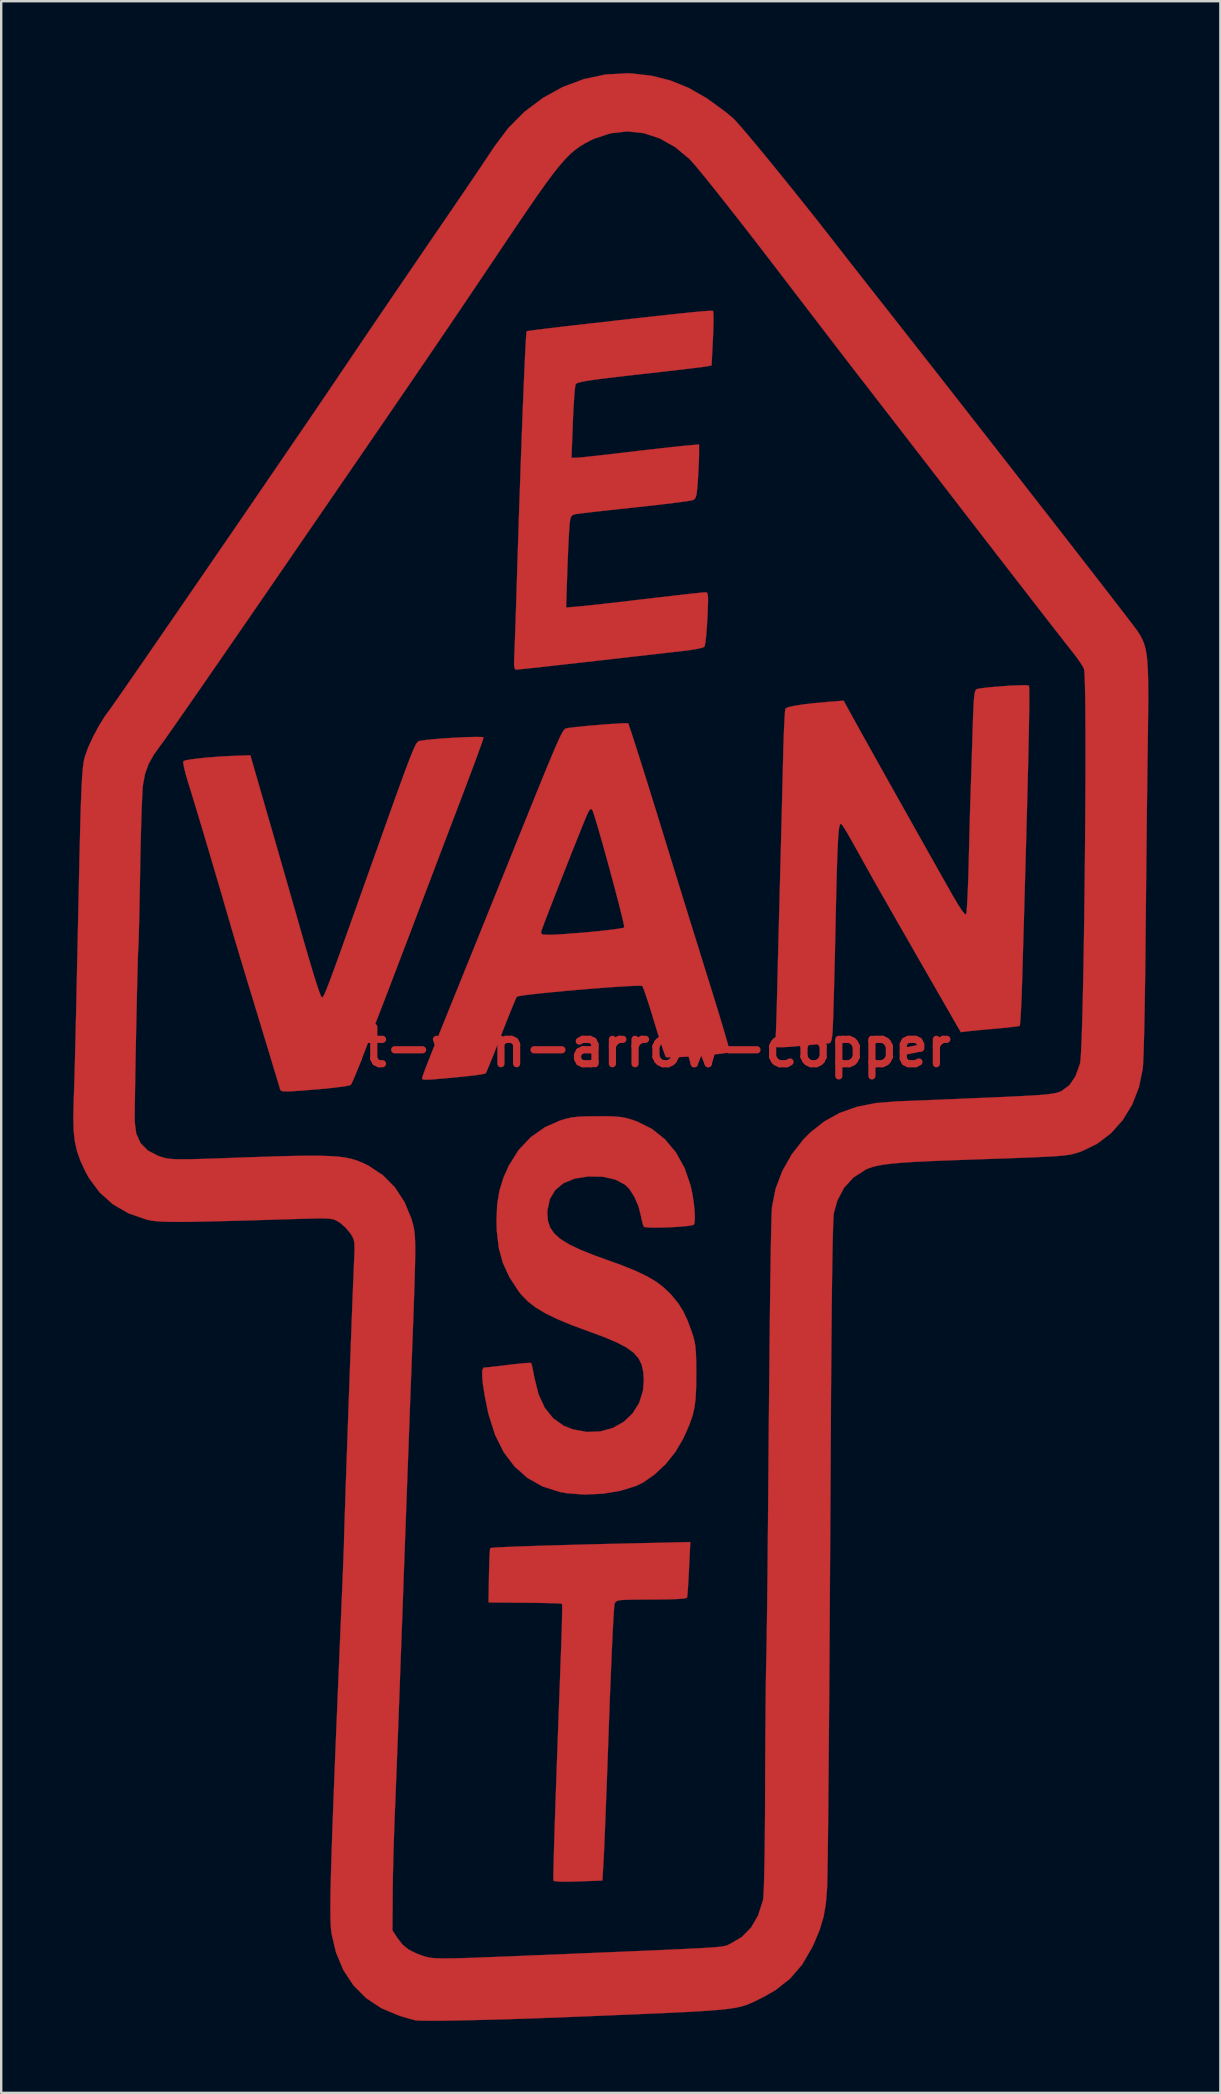
<source format=kicad_pcb>
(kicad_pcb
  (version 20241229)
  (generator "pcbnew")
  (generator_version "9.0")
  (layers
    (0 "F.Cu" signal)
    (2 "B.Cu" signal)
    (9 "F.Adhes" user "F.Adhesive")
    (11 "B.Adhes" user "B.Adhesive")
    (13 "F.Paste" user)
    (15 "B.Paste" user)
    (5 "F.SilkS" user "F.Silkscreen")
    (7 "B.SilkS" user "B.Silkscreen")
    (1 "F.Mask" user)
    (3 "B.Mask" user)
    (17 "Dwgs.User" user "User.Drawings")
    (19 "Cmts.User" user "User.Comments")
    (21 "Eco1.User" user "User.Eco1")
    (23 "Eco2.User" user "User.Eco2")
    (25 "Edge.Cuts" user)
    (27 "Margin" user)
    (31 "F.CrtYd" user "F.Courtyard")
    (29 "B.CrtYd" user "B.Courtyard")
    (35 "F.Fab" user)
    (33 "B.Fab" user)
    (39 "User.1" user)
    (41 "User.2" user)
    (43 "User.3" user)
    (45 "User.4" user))
  (footprint "east-van-arrow-copper"
    (layer "F.Cu")
    (at 22.395 40.583)
    (property "Reference" "east-van-arrow-copper" (at 0 0 0) (layer "F.Cu") (effects (font (size 1.524 1.524) (thickness 0.3))))
    (attr through_hole)
    (fp_poly (pts (xy 3.263 21.763) (xy 3.242 22.164) (xy 3.221 22.507) (xy 3.203 22.765) (xy 3.188 22.91) (xy 3.184 22.931) (xy 3.128 22.958) (xy 3.007 22.979) (xy 2.804 22.994) (xy 2.499 23.005) (xy 2.076 23.012) (xy 1.552 23.015) (xy 1.072 23.018) (xy 0.724 23.023) (xy 0.484 23.034) (xy 0.33 23.053) (xy 0.241 23.084) (xy 0.193 23.128) (xy 0.164 23.189) (xy 0.162 23.194) (xy 0.148 23.299) (xy 0.13 23.545) (xy 0.108 23.916) (xy 0.082 24.4) (xy 0.055 24.984) (xy 0.025 25.653) (xy -0.005 26.394) (xy -0.037 27.194) (xy -0.068 28.038) (xy -0.074 28.201) (xy -0.105 29.076) (xy -0.136 29.928) (xy -0.166 30.74) (xy -0.195 31.496) (xy -0.222 32.18) (xy -0.245 32.776) (xy -0.266 33.267) (xy -0.283 33.638) (xy -0.295 33.872) (xy -0.295 33.879) (xy -0.345 34.724) (xy -1.362 34.762) (xy -1.817 34.773) (xy -2.145 34.769) (xy -2.336 34.75) (xy -2.385 34.724) (xy -2.387 34.577) (xy -2.383 34.282) (xy -2.372 33.841) (xy -2.356 33.258) (xy -2.333 32.538) (xy -2.305 31.684) (xy -2.271 30.7) (xy -2.232 29.591) (xy -2.187 28.36) (xy -2.137 27.011) (xy -2.082 25.549) (xy -2.071 25.254) (xy -2.052 24.712) (xy -2.036 24.223) (xy -2.026 23.806) (xy -2.021 23.482) (xy -2.021 23.271) (xy -2.027 23.194) (xy -2.11 23.183) (xy -2.324 23.173) (xy -2.642 23.163) (xy -3.043 23.155) (xy -3.503 23.149) (xy -3.574 23.148) (xy -5.088 23.136) (xy -5.071 22.025) (xy -5.062 21.627) (xy -5.051 21.288) (xy -5.037 21.034) (xy -5.022 20.893) (xy -5.016 20.875) (xy -4.926 20.86) (xy -4.687 20.843) (xy -4.302 20.824) (xy -3.775 20.804) (xy -3.111 20.781) (xy -2.312 20.757) (xy -1.384 20.731) (xy -0.329 20.704) (xy 0.848 20.676) (xy 0.873 20.676) (xy 3.319 20.619) (xy 3.263 21.763)) (stroke (width 0.01) (type solid)) (fill yes) (layer "F.Cu"))
    (fp_poly (pts (xy -5.382 -12.923) (xy -5.297 -12.908) (xy -5.296 -12.906) (xy -5.324 -12.805) (xy -5.407 -12.565) (xy -5.543 -12.19) (xy -5.732 -11.681) (xy -5.971 -11.044) (xy -6.259 -10.282) (xy -6.522 -9.592) (xy -6.711 -9.096) (xy -6.942 -8.49) (xy -7.2 -7.81) (xy -7.474 -7.089) (xy -7.75 -6.362) (xy -8.015 -5.664) (xy -8.096 -5.448) (xy -8.343 -4.797) (xy -8.596 -4.134) (xy -8.842 -3.486) (xy -9.073 -2.883) (xy -9.275 -2.353) (xy -9.44 -1.925) (xy -9.502 -1.765) (xy -9.698 -1.256) (xy -9.915 -0.693) (xy -10.13 -0.136) (xy -10.318 0.354) (xy -10.359 0.46) (xy -10.506 0.836) (xy -10.639 1.161) (xy -10.746 1.409) (xy -10.816 1.552) (xy -10.83 1.573) (xy -10.927 1.603) (xy -11.151 1.641) (xy -11.477 1.683) (xy -11.88 1.726) (xy -12.32 1.765) (xy -12.822 1.805) (xy -13.192 1.831) (xy -13.45 1.843) (xy -13.617 1.84) (xy -13.713 1.823) (xy -13.758 1.791) (xy -13.77 1.766) (xy -13.804 1.65) (xy -13.876 1.409) (xy -13.981 1.061) (xy -14.112 0.627) (xy -14.263 0.127) (xy -14.429 -0.417) (xy -14.601 -0.987) (xy -14.776 -1.561) (xy -14.945 -2.12) (xy -15.105 -2.642) (xy -15.235 -3.069) (xy -15.402 -3.622) (xy -15.587 -4.24) (xy -15.772 -4.862) (xy -15.937 -5.426) (xy -15.999 -5.64) (xy -16.185 -6.281) (xy -16.39 -6.979) (xy -16.605 -7.709) (xy -16.822 -8.442) (xy -17.033 -9.151) (xy -17.231 -9.809) (xy -17.406 -10.388) (xy -17.551 -10.86) (xy -17.61 -11.05) (xy -17.708 -11.381) (xy -17.777 -11.657) (xy -17.811 -11.848) (xy -17.806 -11.917) (xy -17.704 -11.953) (xy -17.476 -11.993) (xy -17.152 -12.033) (xy -16.759 -12.072) (xy -16.325 -12.105) (xy -15.88 -12.131) (xy -15.66 -12.14) (xy -15.014 -12.163) (xy -14.106 -9.017) (xy -13.905 -8.319) (xy -13.71 -7.641) (xy -13.527 -7.004) (xy -13.361 -6.427) (xy -13.218 -5.929) (xy -13.104 -5.532) (xy -13.025 -5.254) (xy -13.004 -5.18) (xy -12.782 -4.4) (xy -12.583 -3.718) (xy -12.411 -3.143) (xy -12.267 -2.682) (xy -12.154 -2.344) (xy -12.076 -2.138) (xy -12.036 -2.072) (xy -12.013 -2.078) (xy -11.988 -2.103) (xy -11.954 -2.157) (xy -11.909 -2.25) (xy -11.848 -2.393) (xy -11.768 -2.597) (xy -11.664 -2.87) (xy -11.533 -3.225) (xy -11.371 -3.671) (xy -11.174 -4.218) (xy -10.939 -4.877) (xy -10.66 -5.658) (xy -10.335 -6.572) (xy -10.27 -6.753) (xy -9.89 -7.821) (xy -9.558 -8.753) (xy -9.271 -9.559) (xy -9.024 -10.249) (xy -8.814 -10.831) (xy -8.638 -11.314) (xy -8.492 -11.708) (xy -8.372 -12.023) (xy -8.275 -12.266) (xy -8.197 -12.448) (xy -8.135 -12.578) (xy -8.084 -12.665) (xy -8.042 -12.718) (xy -8.004 -12.746) (xy -7.968 -12.759) (xy -7.929 -12.766) (xy -7.915 -12.768) (xy -7.693 -12.8) (xy -7.386 -12.831) (xy -7.022 -12.861) (xy -6.63 -12.887) (xy -6.241 -12.907) (xy -5.883 -12.921) (xy -5.587 -12.927) (xy -5.382 -12.923)) (stroke (width 0.01) (type solid)) (fill yes) (layer "F.Cu"))
    (fp_poly (pts (xy -0.103 2.88) (xy 0.22 2.892) (xy 0.471 2.918) (xy 0.691 2.964) (xy 0.923 3.035) (xy 1.103 3.1) (xy 1.721 3.407) (xy 2.264 3.841) (xy 2.721 4.389) (xy 3.08 5.037) (xy 3.329 5.76) (xy 3.402 6.099) (xy 3.458 6.457) (xy 3.495 6.801) (xy 3.509 7.096) (xy 3.498 7.308) (xy 3.462 7.4) (xy 3.341 7.432) (xy 3.11 7.461) (xy 2.805 7.486) (xy 2.46 7.505) (xy 2.112 7.516) (xy 1.797 7.519) (xy 1.549 7.512) (xy 1.405 7.493) (xy 1.384 7.483) (xy 1.335 7.364) (xy 1.285 7.156) (xy 1.268 7.06) (xy 1.163 6.64) (xy 0.992 6.242) (xy 0.781 5.911) (xy 0.604 5.734) (xy 0.196 5.516) (xy -0.319 5.399) (xy -0.928 5.387) (xy -0.943 5.388) (xy -1.512 5.479) (xy -1.97 5.67) (xy -2.313 5.956) (xy -2.536 6.333) (xy -2.635 6.799) (xy -2.64 6.913) (xy -2.616 7.229) (xy -2.526 7.507) (xy -2.357 7.758) (xy -2.098 7.991) (xy -1.733 8.218) (xy -1.252 8.447) (xy -0.641 8.69) (xy -0.188 8.852) (xy 0.499 9.101) (xy 1.058 9.329) (xy 1.513 9.547) (xy 1.886 9.767) (xy 2.198 10.002) (xy 2.474 10.265) (xy 2.538 10.334) (xy 2.806 10.66) (xy 3.019 10.996) (xy 3.204 11.391) (xy 3.349 11.779) (xy 3.431 12.023) (xy 3.489 12.235) (xy 3.527 12.45) (xy 3.55 12.703) (xy 3.562 13.028) (xy 3.566 13.461) (xy 3.566 13.621) (xy 3.561 14.183) (xy 3.54 14.633) (xy 3.493 15.009) (xy 3.413 15.352) (xy 3.291 15.703) (xy 3.119 16.1) (xy 3.013 16.327) (xy 2.699 16.863) (xy 2.296 17.366) (xy 1.834 17.802) (xy 1.348 18.141) (xy 1.052 18.285) (xy 0.396 18.487) (xy -0.339 18.607) (xy -1.099 18.641) (xy -1.829 18.585) (xy -2.119 18.533) (xy -2.836 18.304) (xy -3.466 17.95) (xy -4.007 17.471) (xy -4.459 16.87) (xy -4.818 16.149) (xy -5.085 15.309) (xy -5.129 15.117) (xy -5.242 14.554) (xy -5.317 14.084) (xy -5.353 13.72) (xy -5.35 13.474) (xy -5.306 13.359) (xy -5.283 13.352) (xy -5.167 13.343) (xy -4.934 13.319) (xy -4.616 13.282) (xy -4.261 13.239) (xy -3.904 13.198) (xy -3.607 13.169) (xy -3.399 13.156) (xy -3.313 13.16) (xy -3.313 13.16) (xy -3.284 13.247) (xy -3.24 13.446) (xy -3.188 13.719) (xy -3.175 13.791) (xy -3.003 14.474) (xy -2.743 15.031) (xy -2.396 15.464) (xy -1.959 15.774) (xy -1.585 15.924) (xy -0.992 16.033) (xy -0.428 16.01) (xy 0.088 15.867) (xy 0.54 15.614) (xy 0.912 15.264) (xy 1.186 14.827) (xy 1.346 14.315) (xy 1.381 13.914) (xy 1.362 13.544) (xy 1.294 13.233) (xy 1.164 12.966) (xy 0.955 12.73) (xy 0.655 12.512) (xy 0.247 12.298) (xy -0.282 12.076) (xy -0.876 11.856) (xy -1.617 11.582) (xy -2.227 11.329) (xy -2.722 11.087) (xy -3.122 10.847) (xy -3.446 10.597) (xy -3.71 10.328) (xy -3.834 10.172) (xy -4.22 9.58) (xy -4.492 8.988) (xy -4.664 8.357) (xy -4.745 7.65) (xy -4.757 7.224) (xy -4.729 6.557) (xy -4.634 5.975) (xy -4.461 5.423) (xy -4.245 4.941) (xy -3.842 4.294) (xy -3.335 3.755) (xy -2.734 3.333) (xy -2.104 3.056) (xy -1.853 2.979) (xy -1.612 2.928) (xy -1.341 2.897) (xy -0.998 2.882) (xy -0.544 2.878) (xy -0.537 2.878) (xy -0.103 2.88)) (stroke (width 0.01) (type solid)) (fill yes) (layer "F.Cu"))
    (fp_poly (pts (xy 4.237 -30.682) (xy 4.266 -30.675) (xy 4.28 -30.584) (xy 4.285 -30.369) (xy 4.281 -30.058) (xy 4.268 -29.679) (xy 4.261 -29.516) (xy 4.205 -28.408) (xy 4.002 -28.366) (xy 3.879 -28.348) (xy 3.623 -28.316) (xy 3.253 -28.271) (xy 2.788 -28.216) (xy 2.249 -28.154) (xy 1.654 -28.086) (xy 1.203 -28.036) (xy 0.475 -27.953) (xy -0.114 -27.884) (xy -0.576 -27.825) (xy -0.926 -27.774) (xy -1.176 -27.73) (xy -1.339 -27.69) (xy -1.43 -27.653) (xy -1.457 -27.627) (xy -1.48 -27.516) (xy -1.505 -27.277) (xy -1.53 -26.937) (xy -1.555 -26.522) (xy -1.576 -26.057) (xy -1.576 -26.032) (xy -1.632 -24.556) (xy -1.449 -24.557) (xy -1.324 -24.566) (xy -1.07 -24.591) (xy -0.71 -24.63) (xy -0.267 -24.679) (xy 0.235 -24.737) (xy 0.614 -24.782) (xy 1.174 -24.848) (xy 1.719 -24.911) (xy 2.22 -24.968) (xy 2.645 -25.015) (xy 2.965 -25.048) (xy 3.089 -25.06) (xy 3.683 -25.114) (xy 3.683 -24.739) (xy 3.678 -24.492) (xy 3.663 -24.151) (xy 3.643 -23.773) (xy 3.633 -23.609) (xy 3.606 -23.259) (xy 3.578 -23.033) (xy 3.54 -22.898) (xy 3.483 -22.826) (xy 3.417 -22.792) (xy 3.301 -22.768) (xy 3.053 -22.731) (xy 2.693 -22.684) (xy 2.242 -22.629) (xy 1.722 -22.569) (xy 1.152 -22.507) (xy 0.993 -22.49) (xy 0.411 -22.427) (xy -0.129 -22.368) (xy -0.607 -22.315) (xy -1.001 -22.269) (xy -1.29 -22.234) (xy -1.453 -22.212) (xy -1.472 -22.209) (xy -1.586 -22.173) (xy -1.653 -22.099) (xy -1.692 -21.947) (xy -1.719 -21.693) (xy -1.735 -21.461) (xy -1.754 -21.111) (xy -1.774 -20.677) (xy -1.794 -20.196) (xy -1.809 -19.767) (xy -1.857 -18.317) (xy -1.331 -18.363) (xy -1.049 -18.39) (xy -0.663 -18.431) (xy -0.226 -18.479) (xy 0.215 -18.53) (xy 0.23 -18.532) (xy 1.175 -18.643) (xy 1.972 -18.736) (xy 2.628 -18.812) (xy 3.148 -18.871) (xy 3.537 -18.914) (xy 3.8 -18.941) (xy 3.943 -18.953) (xy 3.965 -18.954) (xy 4.012 -18.938) (xy 4.041 -18.875) (xy 4.056 -18.743) (xy 4.056 -18.518) (xy 4.044 -18.179) (xy 4.029 -17.861) (xy 4.005 -17.462) (xy 3.976 -17.117) (xy 3.945 -16.855) (xy 3.916 -16.705) (xy 3.907 -16.685) (xy 3.808 -16.643) (xy 3.59 -16.594) (xy 3.288 -16.544) (xy 3.014 -16.509) (xy 2.68 -16.471) (xy 2.231 -16.42) (xy 1.708 -16.36) (xy 1.146 -16.297) (xy 0.586 -16.233) (xy 0.499 -16.223) (xy -0.563 -16.102) (xy -1.474 -15.999) (xy -2.239 -15.913) (xy -2.86 -15.844) (xy -3.34 -15.792) (xy -3.681 -15.756) (xy -3.886 -15.736) (xy -3.954 -15.731) (xy -4.005 -15.785) (xy -4.025 -15.956) (xy -4.018 -16.249) (xy -4.008 -16.454) (xy -3.995 -16.789) (xy -3.979 -17.231) (xy -3.961 -17.756) (xy -3.942 -18.341) (xy -3.922 -18.962) (xy -3.913 -19.261) (xy -3.878 -20.394) (xy -3.842 -21.511) (xy -3.806 -22.6) (xy -3.769 -23.652) (xy -3.734 -24.657) (xy -3.699 -25.603) (xy -3.666 -26.48) (xy -3.634 -27.279) (xy -3.604 -27.988) (xy -3.577 -28.597) (xy -3.553 -29.096) (xy -3.532 -29.474) (xy -3.514 -29.721) (xy -3.501 -29.827) (xy -3.5 -29.83) (xy -3.42 -29.845) (xy -3.211 -29.874) (xy -2.893 -29.915) (xy -2.49 -29.964) (xy -2.025 -30.019) (xy -1.834 -30.041) (xy -0.691 -30.171) (xy 0.309 -30.285) (xy 1.173 -30.382) (xy 1.91 -30.464) (xy 2.53 -30.531) (xy 3.039 -30.585) (xy 3.447 -30.626) (xy 3.762 -30.656) (xy 3.994 -30.674) (xy 4.149 -30.683) (xy 4.237 -30.682)) (stroke (width 0.01) (type solid)) (fill yes) (layer "F.Cu"))
    (fp_poly (pts (xy 17.411 -15.071) (xy 17.425 -15.065) (xy 17.435 -15.006) (xy 17.441 -14.851) (xy 17.443 -14.594) (xy 17.441 -14.233) (xy 17.435 -13.762) (xy 17.424 -13.177) (xy 17.41 -12.475) (xy 17.391 -11.652) (xy 17.367 -10.703) (xy 17.339 -9.623) (xy 17.306 -8.41) (xy 17.268 -7.059) (xy 17.226 -5.565) (xy 17.178 -3.925) (xy 17.142 -2.703) (xy 17.126 -2.195) (xy 17.107 -1.741) (xy 17.087 -1.363) (xy 17.068 -1.081) (xy 17.051 -0.918) (xy 17.042 -0.886) (xy 16.951 -0.868) (xy 16.738 -0.842) (xy 16.434 -0.809) (xy 16.07 -0.775) (xy 16.036 -0.772) (xy 15.644 -0.737) (xy 15.287 -0.703) (xy 15.003 -0.675) (xy 14.834 -0.656) (xy 14.589 -0.625) (xy 13.346 -2.787) (xy 12.824 -3.695) (xy 12.373 -4.483) (xy 11.983 -5.162) (xy 11.65 -5.745) (xy 11.365 -6.245) (xy 11.121 -6.673) (xy 10.912 -7.043) (xy 10.731 -7.367) (xy 10.57 -7.656) (xy 10.517 -7.75) (xy 10.239 -8.251) (xy 10.025 -8.633) (xy 9.865 -8.912) (xy 9.749 -9.105) (xy 9.669 -9.226) (xy 9.615 -9.293) (xy 9.614 -9.294) (xy 9.582 -9.309) (xy 9.554 -9.278) (xy 9.529 -9.192) (xy 9.506 -9.041) (xy 9.485 -8.813) (xy 9.466 -8.499) (xy 9.448 -8.088) (xy 9.43 -7.57) (xy 9.412 -6.936) (xy 9.393 -6.174) (xy 9.373 -5.274) (xy 9.361 -4.719) (xy 9.345 -3.959) (xy 9.327 -3.234) (xy 9.31 -2.561) (xy 9.293 -1.956) (xy 9.277 -1.436) (xy 9.263 -1.019) (xy 9.25 -0.721) (xy 9.24 -0.559) (xy 9.24 -0.556) (xy 9.208 -0.321) (xy 9.163 -0.2) (xy 9.08 -0.155) (xy 8.992 -0.148) (xy 8.837 -0.139) (xy 8.567 -0.117) (xy 8.221 -0.085) (xy 7.842 -0.048) (xy 7.478 -0.016) (xy 7.173 0.001) (xy 6.957 0.002) (xy 6.86 -0.013) (xy 6.859 -0.015) (xy 6.85 -0.126) (xy 6.854 -0.134) (xy 6.865 -0.223) (xy 6.878 -0.445) (xy 6.893 -0.78) (xy 6.908 -1.206) (xy 6.923 -1.704) (xy 6.937 -2.253) (xy 6.937 -2.264) (xy 6.952 -2.875) (xy 6.97 -3.6) (xy 6.99 -4.399) (xy 7.012 -5.23) (xy 7.033 -6.055) (xy 7.054 -6.833) (xy 7.06 -7.06) (xy 7.08 -7.818) (xy 7.101 -8.639) (xy 7.123 -9.482) (xy 7.143 -10.305) (xy 7.162 -11.069) (xy 7.178 -11.732) (xy 7.182 -11.903) (xy 7.196 -12.461) (xy 7.213 -12.97) (xy 7.231 -13.41) (xy 7.249 -13.759) (xy 7.266 -13.998) (xy 7.282 -14.106) (xy 7.283 -14.108) (xy 7.39 -14.163) (xy 7.635 -14.221) (xy 8.005 -14.279) (xy 8.484 -14.335) (xy 9.057 -14.387) (xy 9.093 -14.39) (xy 9.707 -14.438) (xy 10.057 -13.799) (xy 10.199 -13.542) (xy 10.406 -13.168) (xy 10.669 -12.697) (xy 10.977 -12.144) (xy 11.321 -11.529) (xy 11.691 -10.868) (xy 12.077 -10.18) (xy 12.469 -9.482) (xy 12.857 -8.792) (xy 13.231 -8.127) (xy 13.581 -7.506) (xy 13.897 -6.945) (xy 14.17 -6.463) (xy 14.217 -6.379) (xy 14.461 -5.962) (xy 14.642 -5.684) (xy 14.759 -5.543) (xy 14.813 -5.535) (xy 14.83 -5.637) (xy 14.849 -5.872) (xy 14.868 -6.217) (xy 14.887 -6.652) (xy 14.905 -7.154) (xy 14.919 -7.674) (xy 14.934 -8.285) (xy 14.95 -8.907) (xy 14.966 -9.505) (xy 14.981 -10.043) (xy 14.995 -10.486) (xy 15.002 -10.705) (xy 15.016 -11.109) (xy 15.033 -11.621) (xy 15.051 -12.195) (xy 15.07 -12.783) (xy 15.086 -13.292) (xy 15.103 -13.832) (xy 15.121 -14.237) (xy 15.139 -14.528) (xy 15.162 -14.722) (xy 15.19 -14.84) (xy 15.226 -14.901) (xy 15.26 -14.92) (xy 15.424 -14.952) (xy 15.686 -14.985) (xy 16.013 -15.016) (xy 16.37 -15.044) (xy 16.723 -15.066) (xy 17.037 -15.079) (xy 17.278 -15.082) (xy 17.411 -15.071)) (stroke (width 0.01) (type solid)) (fill yes) (layer "F.Cu"))
    (fp_poly (pts (xy 0.728 -13.494) (xy 0.761 -13.411) (xy 0.837 -13.19) (xy 0.95 -12.842) (xy 1.099 -12.376) (xy 1.281 -11.803) (xy 1.492 -11.131) (xy 1.729 -10.371) (xy 1.989 -9.532) (xy 2.269 -8.624) (xy 2.444 -8.057) (xy 2.658 -7.36) (xy 2.906 -6.558) (xy 3.175 -5.689) (xy 3.453 -4.796) (xy 3.726 -3.918) (xy 3.982 -3.096) (xy 4.106 -2.7) (xy 4.303 -2.067) (xy 4.483 -1.48) (xy 4.641 -0.956) (xy 4.773 -0.51) (xy 4.874 -0.159) (xy 4.939 0.082) (xy 4.964 0.197) (xy 4.963 0.204) (xy 4.868 0.231) (xy 4.653 0.264) (xy 4.347 0.298) (xy 3.984 0.333) (xy 3.592 0.366) (xy 3.203 0.394) (xy 2.849 0.414) (xy 2.56 0.425) (xy 2.367 0.424) (xy 2.303 0.413) (xy 2.261 0.321) (xy 2.184 0.106) (xy 2.08 -0.208) (xy 1.956 -0.598) (xy 1.821 -1.039) (xy 1.813 -1.067) (xy 1.677 -1.511) (xy 1.552 -1.905) (xy 1.445 -2.225) (xy 1.365 -2.447) (xy 1.32 -2.547) (xy 1.319 -2.549) (xy 1.228 -2.56) (xy 1.006 -2.556) (xy 0.675 -2.541) (xy 0.257 -2.515) (xy -0.226 -2.481) (xy -0.753 -2.44) (xy -1.301 -2.395) (xy -1.849 -2.347) (xy -2.375 -2.297) (xy -2.856 -2.249) (xy -3.273 -2.204) (xy -3.601 -2.163) (xy -3.82 -2.128) (xy -3.908 -2.103) (xy -3.953 -2.014) (xy -4.044 -1.803) (xy -4.172 -1.492) (xy -4.327 -1.105) (xy -4.501 -0.662) (xy -4.564 -0.499) (xy -4.741 -0.043) (xy -4.902 0.364) (xy -5.038 0.7) (xy -5.139 0.944) (xy -5.198 1.074) (xy -5.207 1.089) (xy -5.309 1.12) (xy -5.565 1.16) (xy -5.973 1.208) (xy -6.533 1.264) (xy -7.244 1.328) (xy -7.337 1.337) (xy -7.59 1.352) (xy -7.776 1.351) (xy -7.846 1.337) (xy -7.854 1.323) (xy -7.855 1.296) (xy -7.844 1.245) (xy -7.817 1.158) (xy -7.769 1.025) (xy -7.698 0.836) (xy -7.597 0.578) (xy -7.464 0.241) (xy -7.293 -0.185) (xy -7.081 -0.711) (xy -6.824 -1.349) (xy -6.516 -2.11) (xy -6.221 -2.839) (xy -5.906 -3.618) (xy -5.556 -4.483) (xy -5.454 -4.736) (xy -2.898 -4.736) (xy -2.823 -4.696) (xy -2.641 -4.682) (xy -2.536 -4.681) (xy -2.324 -4.688) (xy -1.996 -4.708) (xy -1.586 -4.738) (xy -1.129 -4.775) (xy -0.819 -4.803) (xy -0.384 -4.847) (xy -0.001 -4.891) (xy 0.302 -4.932) (xy 0.499 -4.966) (xy 0.563 -4.987) (xy 0.556 -5.069) (xy 0.512 -5.278) (xy 0.436 -5.591) (xy 0.336 -5.988) (xy 0.217 -6.448) (xy 0.083 -6.95) (xy -0.058 -7.471) (xy -0.201 -7.992) (xy -0.34 -8.49) (xy -0.47 -8.945) (xy -0.585 -9.336) (xy -0.678 -9.64) (xy -0.745 -9.837) (xy -0.769 -9.893) (xy -0.826 -9.935) (xy -0.903 -9.849) (xy -0.947 -9.768) (xy -1.001 -9.648) (xy -1.101 -9.405) (xy -1.24 -9.063) (xy -1.409 -8.641) (xy -1.6 -8.163) (xy -1.803 -7.648) (xy -2.012 -7.119) (xy -2.216 -6.597) (xy -2.409 -6.103) (xy -2.581 -5.659) (xy -2.724 -5.286) (xy -2.829 -5.007) (xy -2.888 -4.841) (xy -2.896 -4.815) (xy -2.898 -4.736) (xy -5.454 -4.736) (xy -5.189 -5.394) (xy -4.819 -6.309) (xy -4.465 -7.188) (xy -4.141 -7.99) (xy -3.975 -8.403) (xy -3.592 -9.353) (xy -3.262 -10.171) (xy -2.98 -10.866) (xy -2.742 -11.448) (xy -2.544 -11.928) (xy -2.381 -12.316) (xy -2.249 -12.621) (xy -2.144 -12.854) (xy -2.061 -13.024) (xy -1.996 -13.142) (xy -1.945 -13.217) (xy -1.903 -13.259) (xy -1.868 -13.279) (xy -1.749 -13.302) (xy -1.516 -13.331) (xy -1.201 -13.364) (xy -0.834 -13.398) (xy -0.446 -13.431) (xy -0.068 -13.461) (xy 0.268 -13.483) (xy 0.532 -13.497) (xy 0.693 -13.499) (xy 0.728 -13.494)) (stroke (width 0.01) (type solid)) (fill yes) (layer "F.Cu"))
    (fp_poly (pts (xy 0.879 -40.571) (xy 1.713 -40.475) (xy 2.496 -40.277) (xy 3.252 -39.968) (xy 4.004 -39.539) (xy 4.774 -38.978) (xy 5.092 -38.714) (xy 5.212 -38.592) (xy 5.416 -38.363) (xy 5.692 -38.041) (xy 6.028 -37.639) (xy 6.414 -37.173) (xy 6.839 -36.654) (xy 7.29 -36.098) (xy 7.757 -35.517) (xy 8.229 -34.927) (xy 8.694 -34.34) (xy 9.14 -33.77) (xy 9.439 -33.386) (xy 9.571 -33.217) (xy 9.783 -32.945) (xy 10.061 -32.589) (xy 10.392 -32.168) (xy 10.759 -31.699) (xy 11.15 -31.202) (xy 11.375 -30.916) (xy 12.015 -30.102) (xy 12.682 -29.252) (xy 13.37 -28.374) (xy 14.073 -27.476) (xy 14.784 -26.567) (xy 15.496 -25.656) (xy 16.204 -24.75) (xy 16.9 -23.858) (xy 17.578 -22.988) (xy 18.231 -22.15) (xy 18.853 -21.351) (xy 19.437 -20.599) (xy 19.977 -19.904) (xy 20.467 -19.273) (xy 20.898 -18.715) (xy 21.266 -18.238) (xy 21.564 -17.851) (xy 21.784 -17.562) (xy 21.921 -17.38) (xy 21.964 -17.32) (xy 22.071 -17.147) (xy 22.16 -16.977) (xy 22.232 -16.795) (xy 22.29 -16.585) (xy 22.334 -16.334) (xy 22.365 -16.026) (xy 22.386 -15.645) (xy 22.397 -15.178) (xy 22.4 -14.609) (xy 22.395 -13.923) (xy 22.385 -13.105) (xy 22.38 -12.7) (xy 22.37 -11.987) (xy 22.359 -11.148) (xy 22.347 -10.212) (xy 22.336 -9.206) (xy 22.324 -8.157) (xy 22.313 -7.095) (xy 22.303 -6.047) (xy 22.293 -5.04) (xy 22.289 -4.566) (xy 22.28 -3.698) (xy 22.269 -2.86) (xy 22.257 -2.067) (xy 22.244 -1.335) (xy 22.23 -0.678) (xy 22.216 -0.113) (xy 22.201 0.347) (xy 22.186 0.685) (xy 22.172 0.886) (xy 22.171 0.896) (xy 22.01 1.677) (xy 21.729 2.394) (xy 21.34 3.033) (xy 20.853 3.58) (xy 20.28 4.019) (xy 19.634 4.336) (xy 19.415 4.409) (xy 19.301 4.441) (xy 19.183 4.468) (xy 19.047 4.492) (xy 18.88 4.514) (xy 18.666 4.533) (xy 18.393 4.552) (xy 18.045 4.57) (xy 17.61 4.59) (xy 17.074 4.611) (xy 16.421 4.635) (xy 15.639 4.662) (xy 15.002 4.684) (xy 14.107 4.716) (xy 13.351 4.747) (xy 12.72 4.777) (xy 12.199 4.81) (xy 11.775 4.846) (xy 11.433 4.885) (xy 11.159 4.931) (xy 10.938 4.983) (xy 10.756 5.044) (xy 10.627 5.101) (xy 10.119 5.428) (xy 9.724 5.859) (xy 9.444 6.392) (xy 9.3 6.906) (xy 9.286 7.057) (xy 9.272 7.357) (xy 9.259 7.801) (xy 9.246 8.384) (xy 9.233 9.102) (xy 9.221 9.951) (xy 9.21 10.924) (xy 9.2 12.019) (xy 9.19 13.23) (xy 9.181 14.552) (xy 9.176 15.463) (xy 9.163 17.805) (xy 9.15 19.994) (xy 9.138 22.032) (xy 9.126 23.92) (xy 9.115 25.657) (xy 9.104 27.245) (xy 9.093 28.686) (xy 9.082 29.979) (xy 9.072 31.126) (xy 9.063 32.128) (xy 9.053 32.986) (xy 9.044 33.7) (xy 9.035 34.271) (xy 9.027 34.701) (xy 9.019 34.99) (xy 9.016 35.057) (xy 8.966 35.691) (xy 8.87 36.24) (xy 8.713 36.767) (xy 8.479 37.331) (xy 8.388 37.524) (xy 7.976 38.229) (xy 7.47 38.816) (xy 6.858 39.298) (xy 6.355 39.583) (xy 6.168 39.676) (xy 6.004 39.758) (xy 5.85 39.829) (xy 5.697 39.892) (xy 5.534 39.947) (xy 5.349 39.994) (xy 5.132 40.036) (xy 4.873 40.074) (xy 4.561 40.108) (xy 4.184 40.139) (xy 3.733 40.169) (xy 3.196 40.199) (xy 2.563 40.231) (xy 1.823 40.264) (xy 0.966 40.3) (xy -0.02 40.341) (xy -1.146 40.387) (xy -1.535 40.403) (xy -2.442 40.439) (xy -3.33 40.471) (xy -4.186 40.499) (xy -4.995 40.522) (xy -5.742 40.541) (xy -6.415 40.555) (xy -6.998 40.563) (xy -7.478 40.566) (xy -7.84 40.564) (xy -8.07 40.554) (xy -8.134 40.547) (xy -8.306 40.504) (xy -8.565 40.43) (xy -8.825 40.35) (xy -9.56 40.041) (xy -10.193 39.619) (xy -10.721 39.088) (xy -11.14 38.451) (xy -11.447 37.714) (xy -11.627 36.949) (xy -11.644 36.823) (xy -11.658 36.669) (xy -11.669 36.479) (xy -11.675 36.248) (xy -11.678 35.967) (xy -11.677 35.63) (xy -11.672 35.228) (xy -11.662 34.757) (xy -11.647 34.207) (xy -11.628 33.572) (xy -11.603 32.845) (xy -11.573 32.018) (xy -11.538 31.085) (xy -11.497 30.038) (xy -11.45 28.871) (xy -11.396 27.576) (xy -11.337 26.145) (xy -11.27 24.572) (xy -11.231 23.635) (xy -11.203 22.98) (xy -11.178 22.369) (xy -11.155 21.821) (xy -11.137 21.352) (xy -11.123 20.982) (xy -11.113 20.727) (xy -11.11 20.607) (xy -11.11 20.604) (xy -11.108 20.475) (xy -11.101 20.208) (xy -11.089 19.817) (xy -11.072 19.318) (xy -11.053 18.726) (xy -11.03 18.056) (xy -11.004 17.323) (xy -10.977 16.542) (xy -10.948 15.727) (xy -10.918 14.895) (xy -10.888 14.06) (xy -10.858 13.237) (xy -10.829 12.441) (xy -10.8 11.687) (xy -10.774 10.99) (xy -10.75 10.366) (xy -10.729 9.829) (xy -10.711 9.395) (xy -10.698 9.078) (xy -10.696 9.033) (xy -10.678 8.628) (xy -10.672 8.343) (xy -10.681 8.147) (xy -10.71 8.007) (xy -10.762 7.889) (xy -10.841 7.763) (xy -10.845 7.758) (xy -11.037 7.527) (xy -11.268 7.324) (xy -11.322 7.288) (xy -11.421 7.23) (xy -11.517 7.187) (xy -11.635 7.158) (xy -11.797 7.141) (xy -12.025 7.135) (xy -12.342 7.138) (xy -12.771 7.149) (xy -13.227 7.163) (xy -14.297 7.195) (xy -15.226 7.223) (xy -16.024 7.244) (xy -16.703 7.261) (xy -17.274 7.272) (xy -17.75 7.279) (xy -18.14 7.28) (xy -18.458 7.276) (xy -18.715 7.266) (xy -18.921 7.252) (xy -19.088 7.233) (xy -19.228 7.209) (xy -19.338 7.184) (xy -20.091 6.922) (xy -20.743 6.545) (xy -21.293 6.054) (xy -21.74 5.449) (xy -21.89 5.175) (xy -22.087 4.751) (xy -22.229 4.356) (xy -22.322 3.953) (xy -22.374 3.507) (xy -22.39 2.982) (xy -22.388 2.889) (xy -19.832 2.889) (xy -19.832 3.108) (xy -19.768 3.602) (xy -19.587 4) (xy -19.283 4.308) (xy -18.851 4.531) (xy -18.734 4.571) (xy -18.609 4.608) (xy -18.479 4.636) (xy -18.326 4.656) (xy -18.133 4.668) (xy -17.882 4.672) (xy -17.554 4.67) (xy -17.131 4.659) (xy -16.596 4.643) (xy -15.93 4.619) (xy -15.733 4.612) (xy -14.758 4.577) (xy -13.923 4.55) (xy -13.213 4.532) (xy -12.615 4.523) (xy -12.114 4.525) (xy -11.698 4.538) (xy -11.351 4.562) (xy -11.06 4.6) (xy -10.812 4.651) (xy -10.591 4.717) (xy -10.385 4.798) (xy -10.179 4.894) (xy -10.091 4.939) (xy -9.495 5.332) (xy -8.991 5.841) (xy -8.59 6.454) (xy -8.3 7.157) (xy -8.241 7.367) (xy -8.214 7.478) (xy -8.191 7.592) (xy -8.173 7.72) (xy -8.159 7.873) (xy -8.15 8.062) (xy -8.145 8.298) (xy -8.145 8.592) (xy -8.15 8.955) (xy -8.161 9.398) (xy -8.176 9.933) (xy -8.198 10.569) (xy -8.224 11.318) (xy -8.257 12.191) (xy -8.295 13.198) (xy -8.324 13.966) (xy -8.346 14.541) (xy -8.373 15.249) (xy -8.403 16.071) (xy -8.437 16.987) (xy -8.474 17.977) (xy -8.512 19.022) (xy -8.552 20.101) (xy -8.592 21.195) (xy -8.632 22.285) (xy -8.669 23.328) (xy -8.707 24.362) (xy -8.745 25.396) (xy -8.783 26.413) (xy -8.819 27.398) (xy -8.854 28.333) (xy -8.887 29.202) (xy -8.917 29.987) (xy -8.944 30.671) (xy -8.967 31.239) (xy -8.984 31.673) (xy -8.987 31.731) (xy -9.012 32.387) (xy -9.036 33.091) (xy -9.056 33.798) (xy -9.072 34.464) (xy -9.082 35.044) (xy -9.084 35.303) (xy -9.093 36.804) (xy -8.882 37.124) (xy -8.67 37.397) (xy -8.423 37.599) (xy -8.095 37.762) (xy -7.875 37.844) (xy -7.769 37.88) (xy -7.666 37.91) (xy -7.555 37.934) (xy -7.421 37.952) (xy -7.253 37.964) (xy -7.038 37.97) (xy -6.761 37.97) (xy -6.411 37.964) (xy -5.975 37.951) (xy -5.439 37.932) (xy -4.79 37.907) (xy -4.016 37.876) (xy -3.103 37.838) (xy -2.954 37.832) (xy -1.708 37.781) (xy -0.606 37.735) (xy 0.361 37.695) (xy 1.203 37.659) (xy 1.928 37.628) (xy 2.546 37.601) (xy 3.066 37.577) (xy 3.497 37.556) (xy 3.849 37.537) (xy 4.131 37.519) (xy 4.351 37.503) (xy 4.52 37.487) (xy 4.646 37.471) (xy 4.738 37.455) (xy 4.807 37.438) (xy 4.86 37.419) (xy 4.908 37.398) (xy 4.96 37.374) (xy 4.967 37.371) (xy 5.461 37.08) (xy 5.851 36.684) (xy 6.144 36.178) (xy 6.344 35.551) (xy 6.349 35.529) (xy 6.366 35.379) (xy 6.381 35.087) (xy 6.395 34.666) (xy 6.407 34.128) (xy 6.418 33.484) (xy 6.426 32.747) (xy 6.433 31.929) (xy 6.436 31.042) (xy 6.437 30.963) (xy 6.439 30.129) (xy 6.443 29.305) (xy 6.448 28.512) (xy 6.454 27.769) (xy 6.46 27.095) (xy 6.467 26.509) (xy 6.474 26.031) (xy 6.481 25.681) (xy 6.483 25.592) (xy 6.49 25.313) (xy 6.498 24.897) (xy 6.506 24.361) (xy 6.515 23.722) (xy 6.524 22.995) (xy 6.533 22.197) (xy 6.542 21.346) (xy 6.55 20.457) (xy 6.558 19.547) (xy 6.56 19.299) (xy 6.575 17.499) (xy 6.589 15.849) (xy 6.603 14.346) (xy 6.616 12.987) (xy 6.629 11.768) (xy 6.641 10.687) (xy 6.653 9.74) (xy 6.665 8.924) (xy 6.676 8.236) (xy 6.688 7.672) (xy 6.699 7.23) (xy 6.71 6.906) (xy 6.721 6.697) (xy 6.725 6.644) (xy 6.872 5.902) (xy 7.151 5.163) (xy 7.548 4.462) (xy 8.044 3.83) (xy 8.305 3.568) (xy 8.893 3.101) (xy 9.536 2.742) (xy 10.253 2.487) (xy 11.063 2.327) (xy 11.933 2.257) (xy 12.251 2.246) (xy 12.696 2.228) (xy 13.242 2.207) (xy 13.862 2.181) (xy 14.53 2.154) (xy 15.219 2.124) (xy 15.693 2.104) (xy 16.428 2.072) (xy 17.027 2.043) (xy 17.505 2.018) (xy 17.879 1.993) (xy 18.166 1.968) (xy 18.382 1.941) (xy 18.543 1.911) (xy 18.667 1.877) (xy 18.768 1.836) (xy 18.783 1.829) (xy 19.11 1.589) (xy 19.366 1.217) (xy 19.545 0.72) (xy 19.562 0.652) (xy 19.582 0.491) (xy 19.601 0.192) (xy 19.621 -0.232) (xy 19.64 -0.768) (xy 19.658 -1.405) (xy 19.676 -2.128) (xy 19.692 -2.927) (xy 19.708 -3.788) (xy 19.723 -4.698) (xy 19.736 -5.645) (xy 19.748 -6.617) (xy 19.759 -7.601) (xy 19.768 -8.584) (xy 19.775 -9.554) (xy 19.781 -10.498) (xy 19.784 -11.403) (xy 19.785 -12.258) (xy 19.784 -13.049) (xy 19.781 -13.764) (xy 19.776 -14.39) (xy 19.767 -14.915) (xy 19.756 -15.326) (xy 19.742 -15.611) (xy 19.726 -15.757) (xy 19.723 -15.766) (xy 19.639 -15.919) (xy 19.484 -16.149) (xy 19.286 -16.415) (xy 19.199 -16.525) (xy 19.084 -16.669) (xy 18.884 -16.925) (xy 18.605 -17.282) (xy 18.256 -17.73) (xy 17.845 -18.26) (xy 17.379 -18.861) (xy 16.866 -19.524) (xy 16.313 -20.237) (xy 15.73 -20.992) (xy 15.123 -21.777) (xy 14.725 -22.292) (xy 14.11 -23.09) (xy 13.514 -23.861) (xy 12.946 -24.596) (xy 12.414 -25.284) (xy 11.925 -25.917) (xy 11.487 -26.484) (xy 11.107 -26.975) (xy 10.793 -27.381) (xy 10.553 -27.692) (xy 10.393 -27.897) (xy 10.336 -27.971) (xy 10.227 -28.111) (xy 10.034 -28.362) (xy 9.765 -28.711) (xy 9.43 -29.148) (xy 9.037 -29.66) (xy 8.596 -30.236) (xy 8.115 -30.863) (xy 7.603 -31.532) (xy 7.07 -32.229) (xy 6.893 -32.46) (xy 6.35 -33.167) (xy 5.822 -33.85) (xy 5.318 -34.498) (xy 4.847 -35.097) (xy 4.419 -35.638) (xy 4.043 -36.107) (xy 3.729 -36.493) (xy 3.486 -36.784) (xy 3.323 -36.967) (xy 3.292 -37) (xy 2.687 -37.504) (xy 2.045 -37.866) (xy 1.377 -38.085) (xy 0.693 -38.157) (xy 0.004 -38.082) (xy -0.68 -37.857) (xy -0.812 -37.795) (xy -1.048 -37.673) (xy -1.266 -37.543) (xy -1.475 -37.394) (xy -1.684 -37.215) (xy -1.903 -36.993) (xy -2.143 -36.717) (xy -2.412 -36.377) (xy -2.721 -35.96) (xy -3.079 -35.455) (xy -3.495 -34.85) (xy -3.98 -34.135) (xy -4.281 -33.688) (xy -4.734 -33.013) (xy -5.151 -32.393) (xy -5.538 -31.817) (xy -5.903 -31.276) (xy -6.252 -30.759) (xy -6.592 -30.256) (xy -6.93 -29.756) (xy -7.273 -29.251) (xy -7.628 -28.729) (xy -8.002 -28.18) (xy -8.402 -27.595) (xy -8.834 -26.963) (xy -9.306 -26.274) (xy -9.824 -25.518) (xy -10.396 -24.684) (xy -11.028 -23.763) (xy -11.727 -22.745) (xy -12.501 -21.618) (xy -13.224 -20.566) (xy -13.891 -19.594) (xy -14.539 -18.652) (xy -15.161 -17.749) (xy -15.752 -16.891) (xy -16.306 -16.089) (xy -16.817 -15.35) (xy -17.28 -14.682) (xy -17.688 -14.094) (xy -18.035 -13.595) (xy -18.316 -13.193) (xy -18.526 -12.895) (xy -18.657 -12.711) (xy -18.694 -12.662) (xy -19.026 -12.205) (xy -19.255 -11.796) (xy -19.401 -11.389) (xy -19.486 -10.941) (xy -19.489 -10.914) (xy -19.506 -10.701) (xy -19.524 -10.356) (xy -19.543 -9.901) (xy -19.561 -9.356) (xy -19.578 -8.745) (xy -19.593 -8.087) (xy -19.605 -7.405) (xy -19.617 -6.736) (xy -19.629 -6.102) (xy -19.641 -5.524) (xy -19.653 -5.02) (xy -19.664 -4.61) (xy -19.674 -4.313) (xy -19.683 -4.15) (xy -19.683 -4.144) (xy -19.691 -3.999) (xy -19.701 -3.72) (xy -19.712 -3.327) (xy -19.725 -2.839) (xy -19.738 -2.277) (xy -19.752 -1.661) (xy -19.766 -1.008) (xy -19.78 -0.341) (xy -19.793 0.323) (xy -19.805 0.963) (xy -19.815 1.559) (xy -19.823 2.092) (xy -19.829 2.542) (xy -19.832 2.889) (xy -22.388 2.889) (xy -22.377 2.344) (xy -22.366 2.036) (xy -22.355 1.715) (xy -22.345 1.37) (xy -22.334 0.989) (xy -22.322 0.561) (xy -22.31 0.072) (xy -22.296 -0.488) (xy -22.281 -1.131) (xy -22.264 -1.87) (xy -22.246 -2.717) (xy -22.225 -3.682) (xy -22.201 -4.778) (xy -22.177 -5.87) (xy -22.154 -6.959) (xy -22.133 -7.906) (xy -22.113 -8.721) (xy -22.095 -9.416) (xy -22.078 -10.002) (xy -22.06 -10.491) (xy -22.043 -10.892) (xy -22.025 -11.218) (xy -22.006 -11.48) (xy -21.986 -11.688) (xy -21.963 -11.854) (xy -21.938 -11.989) (xy -21.909 -12.104) (xy -21.902 -12.131) (xy -21.764 -12.506) (xy -21.561 -12.945) (xy -21.322 -13.39) (xy -21.076 -13.787) (xy -20.916 -14.005) (xy -20.842 -14.105) (xy -20.689 -14.323) (xy -20.462 -14.647) (xy -20.17 -15.068) (xy -19.818 -15.576) (xy -19.414 -16.161) (xy -18.964 -16.813) (xy -18.476 -17.522) (xy -17.956 -18.278) (xy -17.411 -19.071) (xy -16.848 -19.891) (xy -16.273 -20.729) (xy -15.694 -21.573) (xy -15.117 -22.415) (xy -14.55 -23.244) (xy -13.998 -24.05) (xy -13.47 -24.824) (xy -12.971 -25.555) (xy -12.508 -26.233) (xy -12.089 -26.849) (xy -11.72 -27.393) (xy -11.409 -27.854) (xy -11.394 -27.876) (xy -10.731 -28.858) (xy -10.089 -29.807) (xy -9.447 -30.753) (xy -8.786 -31.724) (xy -8.086 -32.75) (xy -7.327 -33.861) (xy -6.959 -34.398) (xy -6.566 -34.974) (xy -6.182 -35.538) (xy -5.82 -36.07) (xy -5.494 -36.553) (xy -5.217 -36.966) (xy -5 -37.291) (xy -4.859 -37.506) (xy -4.268 -38.295) (xy -3.583 -38.981) (xy -2.819 -39.555) (xy -1.991 -40.01) (xy -1.114 -40.338) (xy -0.205 -40.53) (xy 0.722 -40.578) (xy 0.879 -40.571)) (stroke (width 0.01) (type solid)) (fill yes) (layer "F.Cu")))
  (gr_rect
    (start -3 -3)
    (end 47.8 84.154)
    (stroke (width 0.1) (type default))
    (fill no)
    (layer "Edge.Cuts")))
</source>
